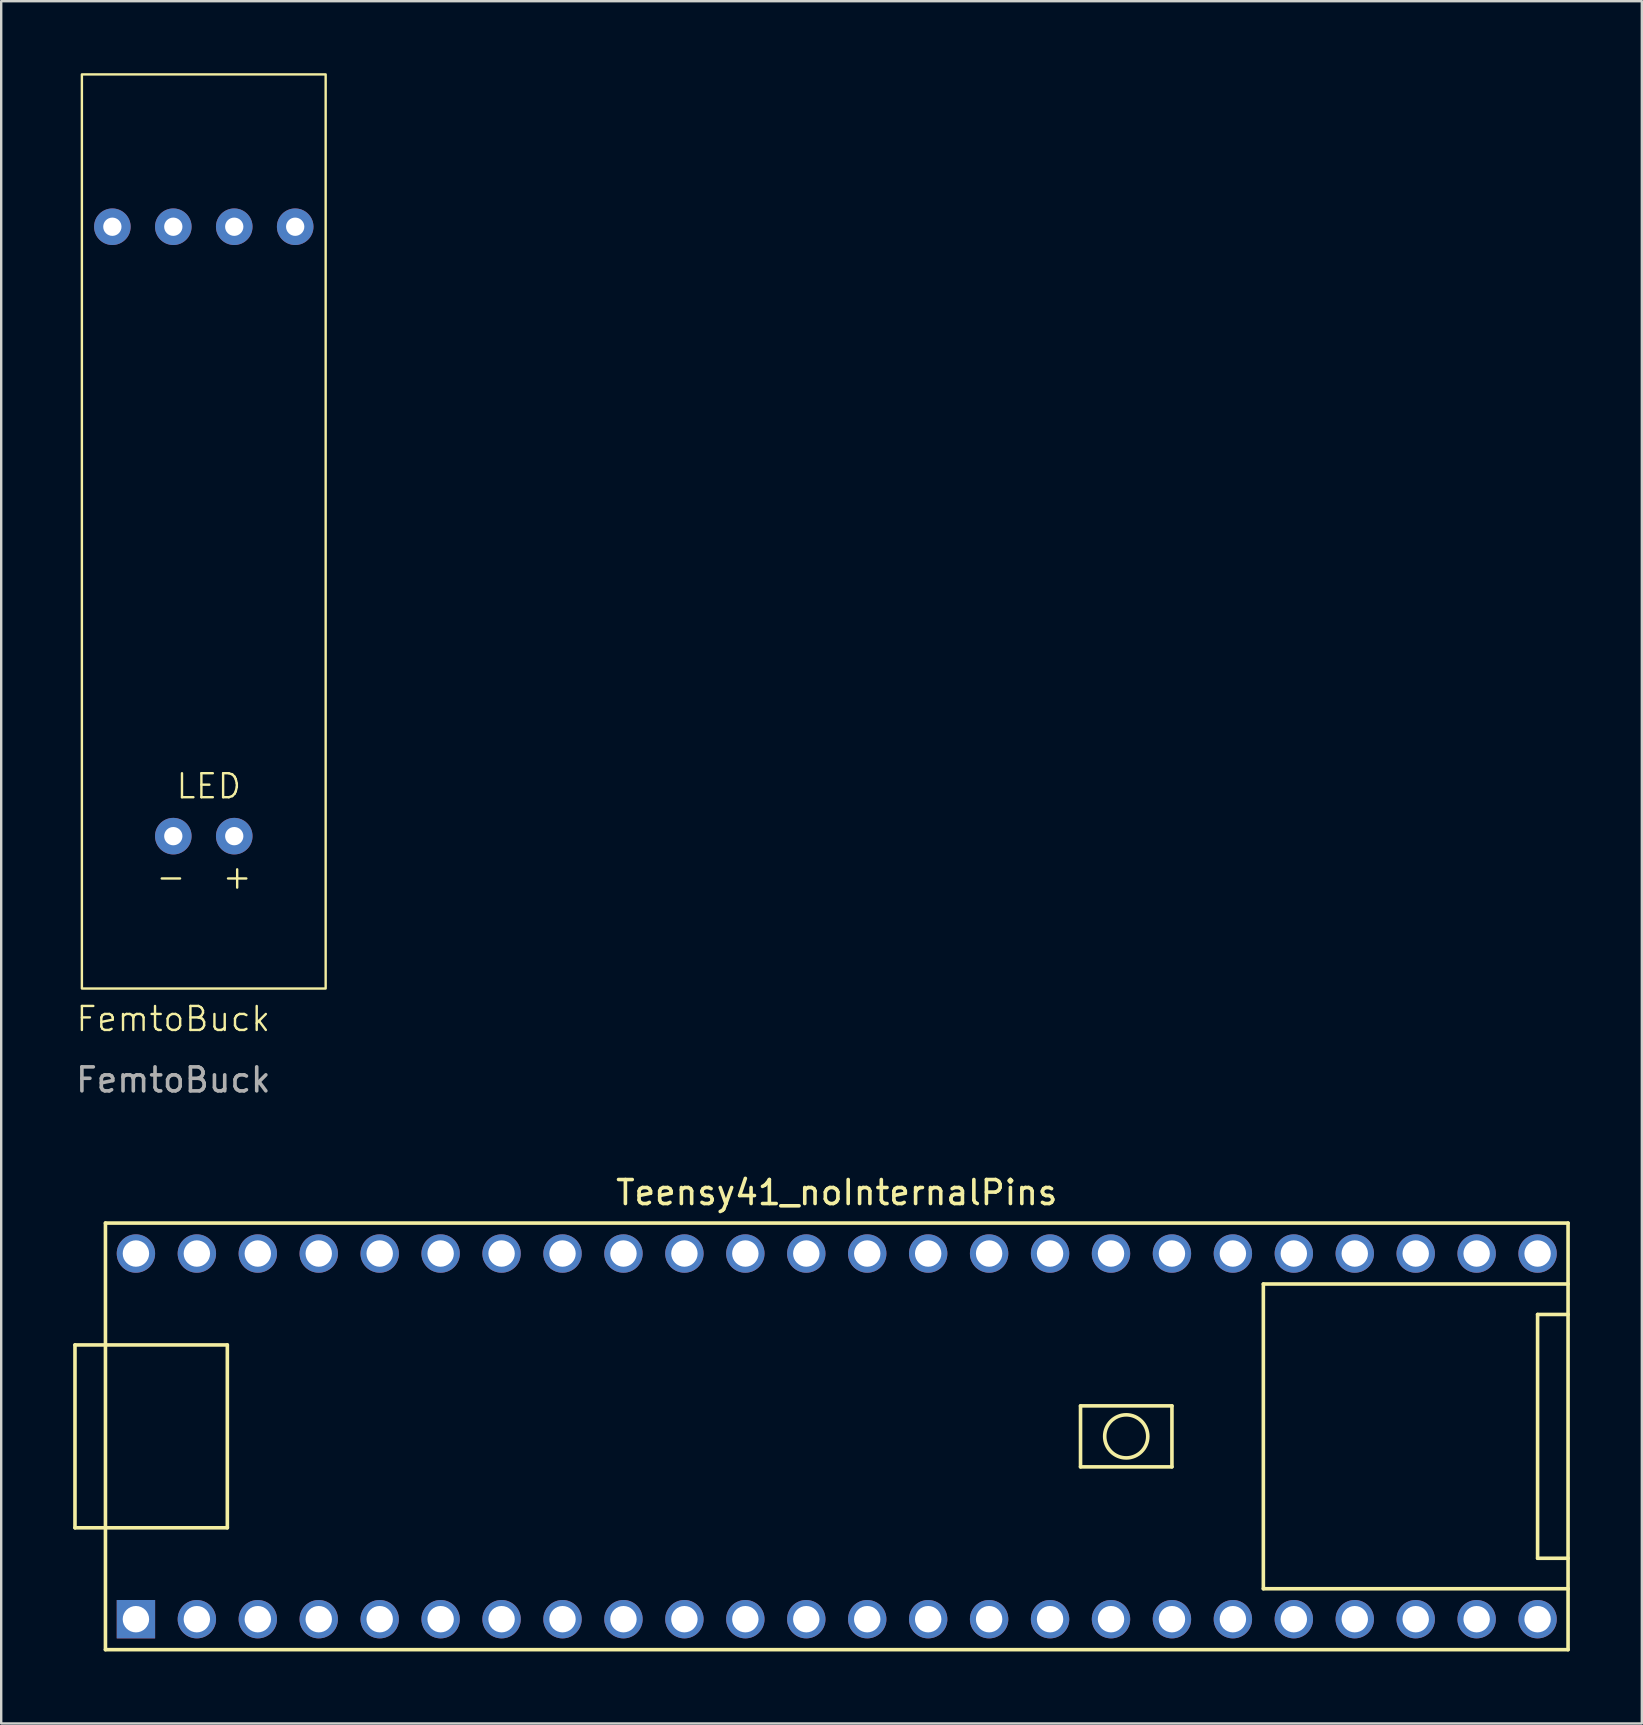
<source format=kicad_pcb>
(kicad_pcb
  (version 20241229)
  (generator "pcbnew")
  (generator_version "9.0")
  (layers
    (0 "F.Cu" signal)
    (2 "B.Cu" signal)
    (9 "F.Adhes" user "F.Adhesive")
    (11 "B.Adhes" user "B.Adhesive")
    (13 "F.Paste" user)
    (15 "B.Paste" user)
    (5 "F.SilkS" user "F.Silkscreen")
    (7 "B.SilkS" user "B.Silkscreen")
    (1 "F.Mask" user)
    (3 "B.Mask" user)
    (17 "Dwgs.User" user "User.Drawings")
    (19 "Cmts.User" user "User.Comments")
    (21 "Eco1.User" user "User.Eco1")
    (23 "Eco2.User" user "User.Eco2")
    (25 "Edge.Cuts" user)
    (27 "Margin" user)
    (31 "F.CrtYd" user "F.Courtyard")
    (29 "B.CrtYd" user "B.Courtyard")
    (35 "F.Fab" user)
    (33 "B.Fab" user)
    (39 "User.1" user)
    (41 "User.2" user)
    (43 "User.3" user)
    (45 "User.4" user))
  (footprint "Teensy41_noInternalPins"
    (layer "F.Cu")
    (at 31.825 56.816)
    (property "Reference" "Teensy41_noInternalPins" (at 0 -10.16 0) (layer "F.SilkS") (effects (font (size 1 1) (thickness 0.15))))
    (attr through_hole)
    (fp_line (start -31.75 -3.81) (end -30.48 -3.81) (stroke (width 0.15) (type solid)) (layer "F.SilkS"))
    (fp_line (start -31.75 3.81) (end -31.75 -3.81) (stroke (width 0.15) (type solid)) (layer "F.SilkS"))
    (fp_line (start -30.48 -8.89) (end 30.48 -8.89) (stroke (width 0.15) (type solid)) (layer "F.SilkS"))
    (fp_line (start -30.48 3.81) (end -31.75 3.81) (stroke (width 0.15) (type solid)) (layer "F.SilkS"))
    (fp_line (start -30.48 8.89) (end -30.48 -8.89) (stroke (width 0.15) (type solid)) (layer "F.SilkS"))
    (fp_line (start -25.4 -3.81) (end -30.48 -3.81) (stroke (width 0.15) (type solid)) (layer "F.SilkS"))
    (fp_line (start -25.4 3.81) (end -30.48 3.81) (stroke (width 0.15) (type solid)) (layer "F.SilkS"))
    (fp_line (start -25.4 3.81) (end -25.4 -3.81) (stroke (width 0.15) (type solid)) (layer "F.SilkS"))
    (fp_line (start 10.16 -1.27) (end 13.97 -1.27) (stroke (width 0.15) (type solid)) (layer "F.SilkS"))
    (fp_line (start 10.16 1.27) (end 10.16 -1.27) (stroke (width 0.15) (type solid)) (layer "F.SilkS"))
    (fp_line (start 13.97 -1.27) (end 13.97 1.27) (stroke (width 0.15) (type solid)) (layer "F.SilkS"))
    (fp_line (start 13.97 1.27) (end 10.16 1.27) (stroke (width 0.15) (type solid)) (layer "F.SilkS"))
    (fp_line (start 17.78 -6.35) (end 17.78 6.35) (stroke (width 0.15) (type solid)) (layer "F.SilkS"))
    (fp_line (start 17.78 6.35) (end 30.48 6.35) (stroke (width 0.15) (type solid)) (layer "F.SilkS"))
    (fp_line (start 29.21 -5.08) (end 29.21 5.08) (stroke (width 0.15) (type solid)) (layer "F.SilkS"))
    (fp_line (start 29.21 5.08) (end 30.48 5.08) (stroke (width 0.15) (type solid)) (layer "F.SilkS"))
    (fp_line (start 30.48 -8.89) (end 30.48 8.89) (stroke (width 0.15) (type solid)) (layer "F.SilkS"))
    (fp_line (start 30.48 -6.35) (end 17.78 -6.35) (stroke (width 0.15) (type solid)) (layer "F.SilkS"))
    (fp_line (start 30.48 -5.08) (end 29.21 -5.08) (stroke (width 0.15) (type solid)) (layer "F.SilkS"))
    (fp_line (start 30.48 8.89) (end -30.48 8.89) (stroke (width 0.15) (type solid)) (layer "F.SilkS"))
    (fp_circle (center 12.065 0) (end 12.7 -0.635) (stroke (width 0.15) (type solid)) (fill no) (layer "F.SilkS"))
    (pad "1" thru_hole rect (at -29.21 7.62) (size 1.6 1.6) (drill 1.1) (layers "*.Cu" "*.Mask"))
    (pad "2" thru_hole circle (at -26.67 7.62) (size 1.6 1.6) (drill 1.1) (layers "*.Cu" "*.Mask"))
    (pad "3" thru_hole circle (at -24.13 7.62) (size 1.6 1.6) (drill 1.1) (layers "*.Cu" "*.Mask"))
    (pad "4" thru_hole circle (at -21.59 7.62) (size 1.6 1.6) (drill 1.1) (layers "*.Cu" "*.Mask"))
    (pad "5" thru_hole circle (at -19.05 7.62) (size 1.6 1.6) (drill 1.1) (layers "*.Cu" "*.Mask"))
    (pad "6" thru_hole circle (at -16.51 7.62) (size 1.6 1.6) (drill 1.1) (layers "*.Cu" "*.Mask"))
    (pad "7" thru_hole circle (at -13.97 7.62) (size 1.6 1.6) (drill 1.1) (layers "*.Cu" "*.Mask"))
    (pad "8" thru_hole circle (at -11.43 7.62) (size 1.6 1.6) (drill 1.1) (layers "*.Cu" "*.Mask"))
    (pad "9" thru_hole circle (at -8.89 7.62) (size 1.6 1.6) (drill 1.1) (layers "*.Cu" "*.Mask"))
    (pad "10" thru_hole circle (at -6.35 7.62) (size 1.6 1.6) (drill 1.1) (layers "*.Cu" "*.Mask"))
    (pad "11" thru_hole circle (at -3.81 7.62) (size 1.6 1.6) (drill 1.1) (layers "*.Cu" "*.Mask"))
    (pad "12" thru_hole circle (at -1.27 7.62) (size 1.6 1.6) (drill 1.1) (layers "*.Cu" "*.Mask"))
    (pad "13" thru_hole circle (at 1.27 7.62) (size 1.6 1.6) (drill 1.1) (layers "*.Cu" "*.Mask"))
    (pad "14" thru_hole circle (at 3.81 7.62) (size 1.6 1.6) (drill 1.1) (layers "*.Cu" "*.Mask"))
    (pad "15" thru_hole circle (at 6.35 7.62) (size 1.6 1.6) (drill 1.1) (layers "*.Cu" "*.Mask"))
    (pad "16" thru_hole circle (at 8.89 7.62) (size 1.6 1.6) (drill 1.1) (layers "*.Cu" "*.Mask"))
    (pad "17" thru_hole circle (at 11.43 7.62) (size 1.6 1.6) (drill 1.1) (layers "*.Cu" "*.Mask"))
    (pad "18" thru_hole circle (at 13.97 7.62) (size 1.6 1.6) (drill 1.1) (layers "*.Cu" "*.Mask"))
    (pad "19" thru_hole circle (at 16.51 7.62) (size 1.6 1.6) (drill 1.1) (layers "*.Cu" "*.Mask"))
    (pad "20" thru_hole circle (at 19.05 7.62) (size 1.6 1.6) (drill 1.1) (layers "*.Cu" "*.Mask"))
    (pad "21" thru_hole circle (at 21.59 7.62) (size 1.6 1.6) (drill 1.1) (layers "*.Cu" "*.Mask"))
    (pad "22" thru_hole circle (at 24.13 7.62) (size 1.6 1.6) (drill 1.1) (layers "*.Cu" "*.Mask"))
    (pad "23" thru_hole circle (at 26.67 7.62) (size 1.6 1.6) (drill 1.1) (layers "*.Cu" "*.Mask"))
    (pad "24" thru_hole circle (at 29.21 7.62) (size 1.6 1.6) (drill 1.1) (layers "*.Cu" "*.Mask"))
    (pad "25" thru_hole circle (at 29.21 -7.62) (size 1.6 1.6) (drill 1.1) (layers "*.Cu" "*.Mask"))
    (pad "26" thru_hole circle (at 26.67 -7.62) (size 1.6 1.6) (drill 1.1) (layers "*.Cu" "*.Mask"))
    (pad "27" thru_hole circle (at 24.13 -7.62) (size 1.6 1.6) (drill 1.1) (layers "*.Cu" "*.Mask"))
    (pad "28" thru_hole circle (at 21.59 -7.62) (size 1.6 1.6) (drill 1.1) (layers "*.Cu" "*.Mask"))
    (pad "29" thru_hole circle (at 19.05 -7.62) (size 1.6 1.6) (drill 1.1) (layers "*.Cu" "*.Mask"))
    (pad "30" thru_hole circle (at 16.51 -7.62) (size 1.6 1.6) (drill 1.1) (layers "*.Cu" "*.Mask"))
    (pad "31" thru_hole circle (at 13.97 -7.62) (size 1.6 1.6) (drill 1.1) (layers "*.Cu" "*.Mask"))
    (pad "32" thru_hole circle (at 11.43 -7.62) (size 1.6 1.6) (drill 1.1) (layers "*.Cu" "*.Mask"))
    (pad "33" thru_hole circle (at 8.89 -7.62) (size 1.6 1.6) (drill 1.1) (layers "*.Cu" "*.Mask"))
    (pad "34" thru_hole circle (at 6.35 -7.62) (size 1.6 1.6) (drill 1.1) (layers "*.Cu" "*.Mask"))
    (pad "35" thru_hole circle (at 3.81 -7.62) (size 1.6 1.6) (drill 1.1) (layers "*.Cu" "*.Mask"))
    (pad "36" thru_hole circle (at 1.27 -7.62) (size 1.6 1.6) (drill 1.1) (layers "*.Cu" "*.Mask"))
    (pad "37" thru_hole circle (at -1.27 -7.62) (size 1.6 1.6) (drill 1.1) (layers "*.Cu" "*.Mask"))
    (pad "38" thru_hole circle (at -3.81 -7.62) (size 1.6 1.6) (drill 1.1) (layers "*.Cu" "*.Mask"))
    (pad "39" thru_hole circle (at -6.35 -7.62) (size 1.6 1.6) (drill 1.1) (layers "*.Cu" "*.Mask"))
    (pad "40" thru_hole circle (at -8.89 -7.62) (size 1.6 1.6) (drill 1.1) (layers "*.Cu" "*.Mask"))
    (pad "41" thru_hole circle (at -11.43 -7.62) (size 1.6 1.6) (drill 1.1) (layers "*.Cu" "*.Mask"))
    (pad "42" thru_hole circle (at -13.97 -7.62) (size 1.6 1.6) (drill 1.1) (layers "*.Cu" "*.Mask"))
    (pad "43" thru_hole circle (at -16.51 -7.62) (size 1.6 1.6) (drill 1.1) (layers "*.Cu" "*.Mask"))
    (pad "44" thru_hole circle (at -19.05 -7.62) (size 1.6 1.6) (drill 1.1) (layers "*.Cu" "*.Mask"))
    (pad "45" thru_hole circle (at -21.59 -7.62) (size 1.6 1.6) (drill 1.1) (layers "*.Cu" "*.Mask"))
    (pad "46" thru_hole circle (at -24.13 -7.62) (size 1.6 1.6) (drill 1.1) (layers "*.Cu" "*.Mask"))
    (pad "47" thru_hole circle (at -26.67 -7.62) (size 1.6 1.6) (drill 1.1) (layers "*.Cu" "*.Mask"))
    (pad "48" thru_hole circle (at -29.21 -7.62) (size 1.6 1.6) (drill 1.1) (layers "*.Cu" "*.Mask")))
  (footprint "FemtoBuck"
    (layer "F.Cu")
    (at 4.173 31.8)
    (property "Reference" "FemtoBuck" (at 0 7.62 0) (unlocked yes) (layer "F.SilkS") (effects (font (size 1 1) (thickness 0.1))))
    (attr through_hole)
    (fp_rect (start -3.81 -31.75) (end 6.35 6.35) (stroke (width 0.1) (type default)) (fill no) (layer "F.SilkS"))
    (fp_text user "LED" (at 0.058 -1.495 0) (unlocked yes) (layer "F.SilkS") (effects (font (size 1 1) (thickness 0.1)) (justify left bottom)))
    (fp_text user "-  +" (at -0.785 2.272 0) (unlocked yes) (layer "F.SilkS") (effects (font (size 1 1) (thickness 0.1)) (justify left bottom)))
    (fp_text user "${REFERENCE}" (at 0 10.16 0) (unlocked yes) (layer "F.Fab") (effects (font (size 1 1) (thickness 0.15))))
    (pad "1" thru_hole circle (at -2.54 -25.4) (size 1.524 1.524) (drill 0.762) (layers "*.Cu" "*.Mask"))
    (pad "2" thru_hole circle (at 0 -25.4) (size 1.524 1.524) (drill 0.762) (layers "*.Cu" "*.Mask"))
    (pad "3" thru_hole circle (at 2.54 -25.4) (size 1.524 1.524) (drill 0.762) (layers "*.Cu" "*.Mask"))
    (pad "4" thru_hole circle (at 5.08 -25.4) (size 1.524 1.524) (drill 0.762) (layers "*.Cu" "*.Mask"))
    (pad "5" thru_hole circle (at 2.54 0) (size 1.524 1.524) (drill 0.762) (layers "*.Cu" "*.Mask"))
    (pad "6" thru_hole circle (at 0 0) (size 1.524 1.524) (drill 0.762) (layers "*.Cu" "*.Mask")))
  (gr_rect
    (start -3 -3)
    (end 65.38 68.781)
    (stroke (width 0.1) (type default))
    (fill no)
    (layer "Edge.Cuts")))
</source>
